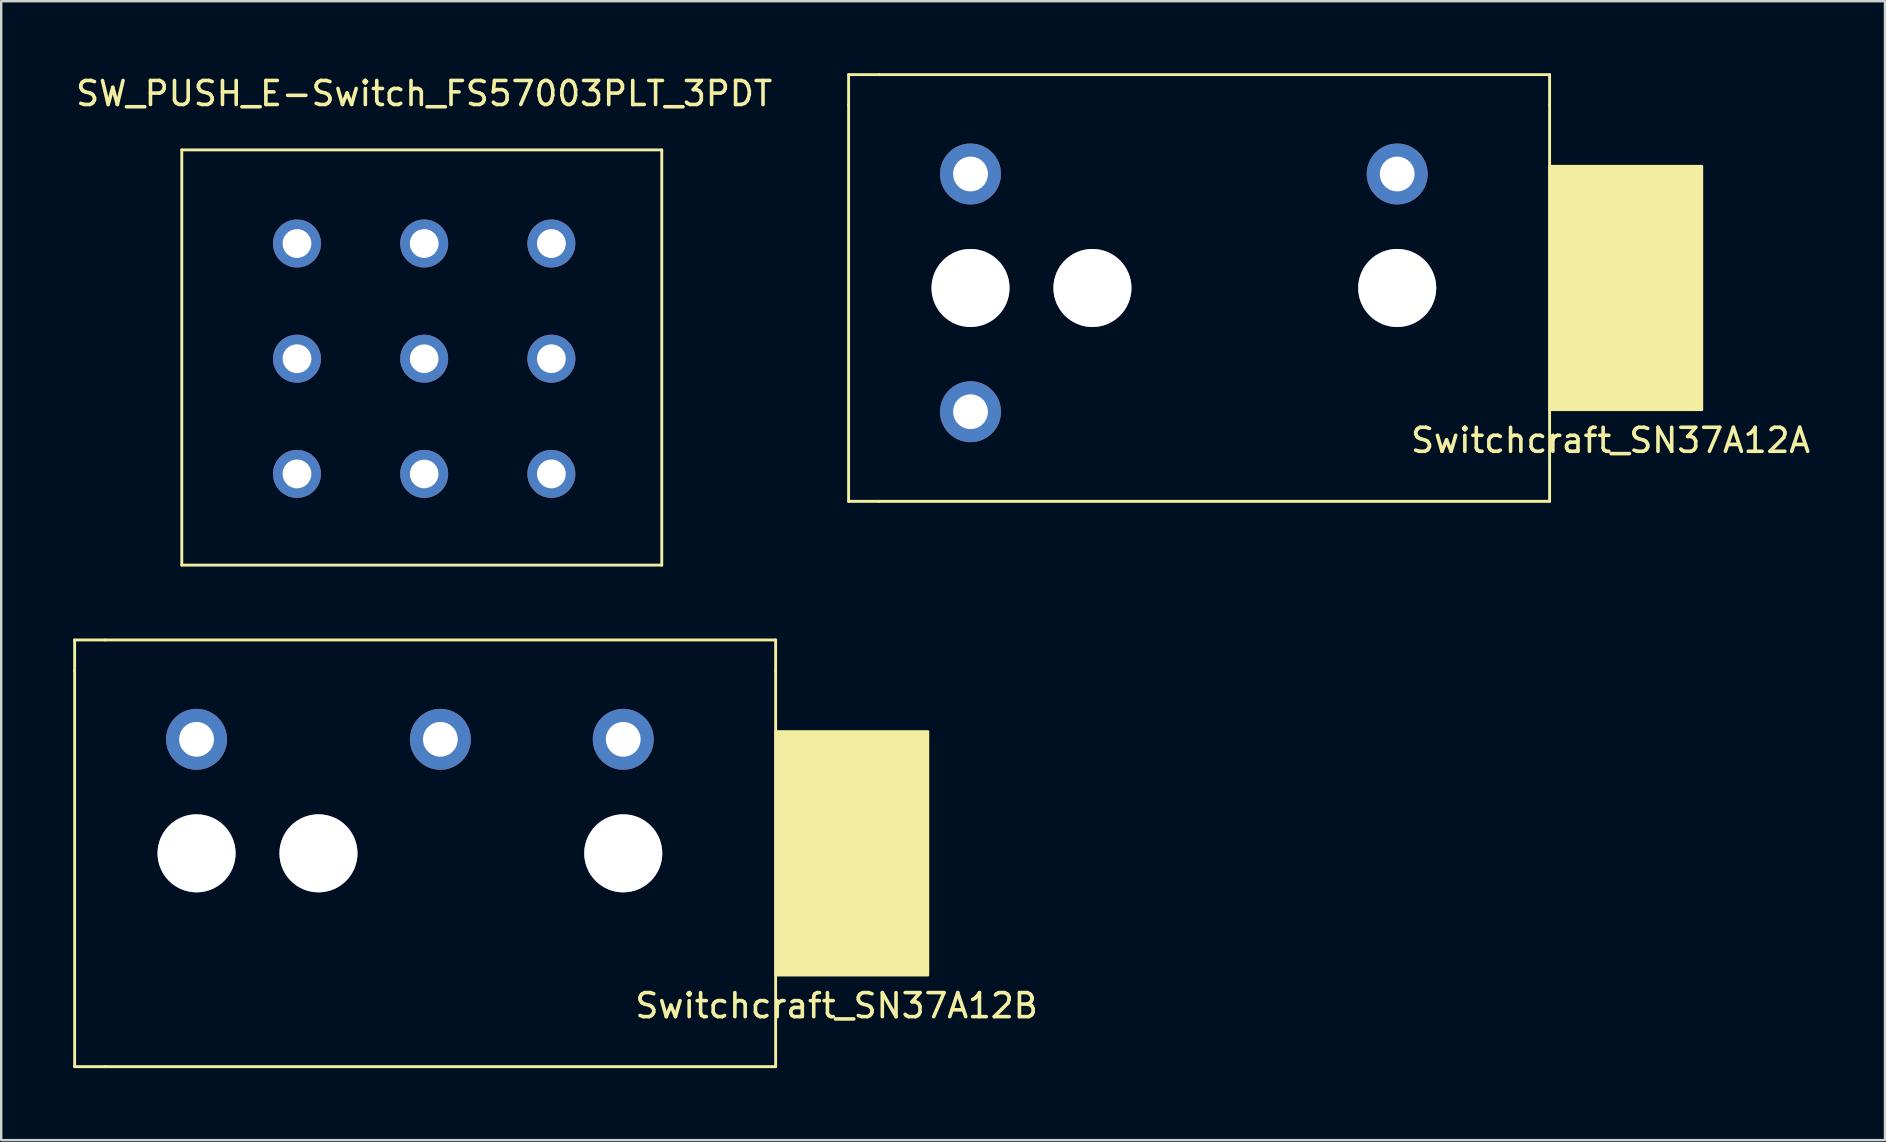
<source format=kicad_pcb>
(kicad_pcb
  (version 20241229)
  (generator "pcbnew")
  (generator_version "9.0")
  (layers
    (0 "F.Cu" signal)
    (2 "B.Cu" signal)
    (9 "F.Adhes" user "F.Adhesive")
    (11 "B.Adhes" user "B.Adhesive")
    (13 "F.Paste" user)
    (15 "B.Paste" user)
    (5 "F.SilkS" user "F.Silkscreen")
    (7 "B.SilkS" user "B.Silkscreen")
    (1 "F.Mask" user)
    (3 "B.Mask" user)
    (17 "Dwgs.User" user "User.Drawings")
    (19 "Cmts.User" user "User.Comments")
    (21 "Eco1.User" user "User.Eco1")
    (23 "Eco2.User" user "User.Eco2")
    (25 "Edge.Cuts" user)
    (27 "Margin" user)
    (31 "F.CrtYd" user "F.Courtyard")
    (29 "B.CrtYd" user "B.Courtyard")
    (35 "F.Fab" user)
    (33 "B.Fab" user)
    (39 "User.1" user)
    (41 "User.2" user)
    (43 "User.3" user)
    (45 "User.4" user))
  (footprint "Switchcraft_SN37A12A"
    (layer "F.Cu")
    (at 55.17 8.95)
    (property "Reference" "Switchcraft_SN37A12A" (at 8.89 6.35 0) (layer "F.SilkS") (effects (font (size 1 1) (thickness 0.15))))
    (attr through_hole)
    (fp_line (start -22.86 -8.89) (end -22.86 -7.62) (stroke (width 0.12) (type solid)) (layer "F.SilkS"))
    (fp_line (start -22.86 -7.62) (end -22.86 8.89) (stroke (width 0.12) (type solid)) (layer "F.SilkS"))
    (fp_line (start -22.86 8.89) (end -21.59 8.89) (stroke (width 0.12) (type solid)) (layer "F.SilkS"))
    (fp_line (start -21.59 -8.89) (end -22.86 -8.89) (stroke (width 0.12) (type solid)) (layer "F.SilkS"))
    (fp_line (start -21.59 8.89) (end 6.35 8.89) (stroke (width 0.12) (type solid)) (layer "F.SilkS"))
    (fp_line (start 6.35 -8.89) (end -21.59 -8.89) (stroke (width 0.12) (type solid)) (layer "F.SilkS"))
    (fp_line (start 6.35 -8.89) (end 6.35 -7.62) (stroke (width 0.12) (type solid)) (layer "F.SilkS"))
    (fp_line (start 6.35 -7.62) (end 6.35 8.89) (stroke (width 0.12) (type solid)) (layer "F.SilkS"))
    (fp_poly (pts (xy 12.7 5.08) (xy 6.35 5.08) (xy 6.35 -5.08) (xy 12.7 -5.08)) (stroke (width 0.1) (type solid)) (fill yes) (layer "F.SilkS"))
    (pad "" thru_hole circle (at -17.78 0) (size 3.251 3.251) (drill 3.251) (layers "*.Cu" "*.Mask"))
    (pad "" thru_hole circle (at -12.7 0) (size 3.251 3.251) (drill 3.251) (layers "*.Cu" "*.Mask"))
    (pad "" thru_hole circle (at 0 0) (size 3.251 3.251) (drill 3.251) (layers "*.Cu" "*.Mask"))
    (pad "S" thru_hole circle (at 0 -4.75) (size 2.54 2.54) (drill 1.448) (layers "*.Cu" "*.Mask"))
    (pad "T" thru_hole circle (at -17.78 -4.75) (size 2.54 2.54) (drill 1.448) (layers "*.Cu" "*.Mask"))
    (pad "TB" thru_hole circle (at -17.78 5.156) (size 2.54 2.54) (drill 1.448) (layers "*.Cu" "*.Mask")))
  (footprint "Switchcraft_SN37A12B"
    (layer "F.Cu")
    (at 22.92 32.507)
    (property "Reference" "Switchcraft_SN37A12B" (at 8.89 6.35 180) (layer "F.SilkS") (effects (font (size 1 1) (thickness 0.15))))
    (attr through_hole)
    (fp_line (start -22.86 -8.89) (end -22.86 -7.62) (stroke (width 0.12) (type solid)) (layer "F.SilkS"))
    (fp_line (start -22.86 -7.62) (end -22.86 8.89) (stroke (width 0.12) (type solid)) (layer "F.SilkS"))
    (fp_line (start -22.86 8.89) (end -21.59 8.89) (stroke (width 0.12) (type solid)) (layer "F.SilkS"))
    (fp_line (start -21.59 -8.89) (end -22.86 -8.89) (stroke (width 0.12) (type solid)) (layer "F.SilkS"))
    (fp_line (start -21.59 8.89) (end 6.35 8.89) (stroke (width 0.12) (type solid)) (layer "F.SilkS"))
    (fp_line (start 6.35 -8.89) (end -21.59 -8.89) (stroke (width 0.12) (type solid)) (layer "F.SilkS"))
    (fp_line (start 6.35 -8.89) (end 6.35 -7.62) (stroke (width 0.12) (type solid)) (layer "F.SilkS"))
    (fp_line (start 6.35 -7.62) (end 6.35 8.89) (stroke (width 0.12) (type solid)) (layer "F.SilkS"))
    (fp_poly (pts (xy 12.7 5.08) (xy 6.35 5.08) (xy 6.35 -5.08) (xy 12.7 -5.08)) (stroke (width 0.1) (type solid)) (fill yes) (layer "F.SilkS"))
    (pad "" thru_hole circle (at -17.78 0) (size 3.251 3.251) (drill 3.251) (layers "*.Cu" "*.Mask"))
    (pad "" thru_hole circle (at -12.7 0) (size 3.251 3.251) (drill 3.251) (layers "*.Cu" "*.Mask"))
    (pad "" thru_hole circle (at 0 0) (size 3.251 3.251) (drill 3.251) (layers "*.Cu" "*.Mask"))
    (pad "R" thru_hole circle (at -7.62 -4.75) (size 2.54 2.54) (drill 1.448) (layers "*.Cu" "*.Mask"))
    (pad "S" thru_hole circle (at 0 -4.75) (size 2.54 2.54) (drill 1.448) (layers "*.Cu" "*.Mask"))
    (pad "T" thru_hole circle (at -17.78 -4.75) (size 2.54 2.54) (drill 1.448) (layers "*.Cu" "*.Mask")))
  (footprint "SW_PUSH_E-Switch_FS57003PLT_3PDT"
    (layer "F.Cu")
    (at 14.625 11.897)
    (property "Reference" "SW_PUSH_E-Switch_FS57003PLT_3PDT" (at 0 -11.049 0) (layer "F.SilkS") (effects (font (size 1 1) (thickness 0.15))))
    (attr through_hole)
    (fp_line (start -10.1 -8.7) (end -10.1 8.6) (stroke (width 0.12) (type solid)) (layer "F.SilkS"))
    (fp_line (start 9.9 -8.7) (end -10.1 -8.7) (stroke (width 0.12) (type solid)) (layer "F.SilkS"))
    (fp_line (start 9.9 8.6) (end -10.1 8.6) (stroke (width 0.12) (type solid)) (layer "F.SilkS"))
    (fp_line (start 9.9 8.6) (end 9.9 -8.7) (stroke (width 0.12) (type solid)) (layer "F.SilkS"))
    (pad "1" thru_hole circle (at -5.3 4.8) (size 2 2) (drill 1.2) (layers "*.Cu" "*.Mask"))
    (pad "2" thru_hole circle (at -5.3 0) (size 2 2) (drill 1.2) (layers "*.Cu" "*.Mask"))
    (pad "3" thru_hole circle (at -5.3 -4.8) (size 2 2) (drill 1.2) (layers "*.Cu" "*.Mask"))
    (pad "4" thru_hole circle (at 0 4.801) (size 2 2) (drill 1.194) (layers "*.Cu" "*.Mask"))
    (pad "5" thru_hole circle (at 0 0) (size 2 2) (drill 1.194) (layers "*.Cu" "*.Mask"))
    (pad "6" thru_hole circle (at 0 -4.801) (size 2 2) (drill 1.2) (layers "*.Cu" "*.Mask"))
    (pad "7" thru_hole circle (at 5.3 4.8) (size 2 2) (drill 1.2) (layers "*.Cu" "*.Mask"))
    (pad "8" thru_hole circle (at 5.3 0) (size 2 2) (drill 1.2) (layers "*.Cu" "*.Mask"))
    (pad "9" thru_hole circle (at 5.3 -4.8) (size 2 2) (drill 1.2) (layers "*.Cu" "*.Mask")))
  (gr_rect
    (start -3 -3)
    (end 75.495 44.457)
    (stroke (width 0.1) (type default))
    (fill no)
    (layer "Edge.Cuts")))
</source>
